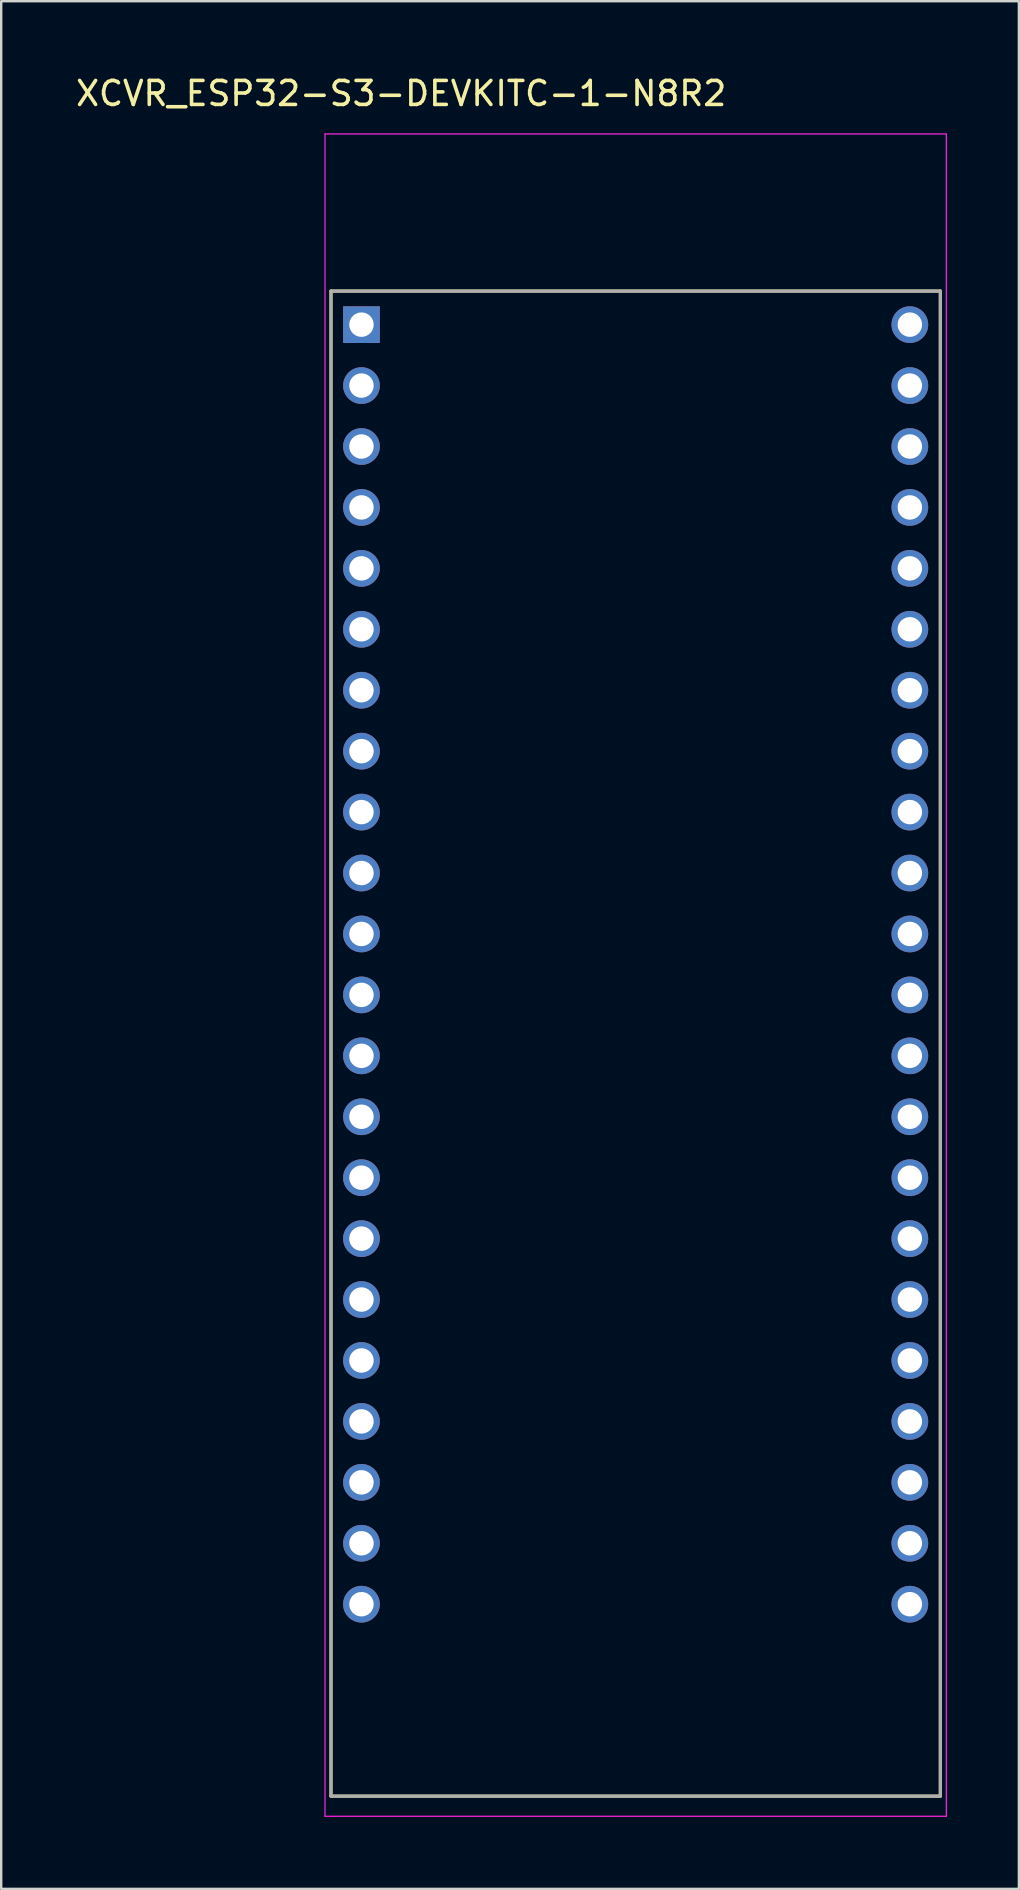
<source format=kicad_pcb>
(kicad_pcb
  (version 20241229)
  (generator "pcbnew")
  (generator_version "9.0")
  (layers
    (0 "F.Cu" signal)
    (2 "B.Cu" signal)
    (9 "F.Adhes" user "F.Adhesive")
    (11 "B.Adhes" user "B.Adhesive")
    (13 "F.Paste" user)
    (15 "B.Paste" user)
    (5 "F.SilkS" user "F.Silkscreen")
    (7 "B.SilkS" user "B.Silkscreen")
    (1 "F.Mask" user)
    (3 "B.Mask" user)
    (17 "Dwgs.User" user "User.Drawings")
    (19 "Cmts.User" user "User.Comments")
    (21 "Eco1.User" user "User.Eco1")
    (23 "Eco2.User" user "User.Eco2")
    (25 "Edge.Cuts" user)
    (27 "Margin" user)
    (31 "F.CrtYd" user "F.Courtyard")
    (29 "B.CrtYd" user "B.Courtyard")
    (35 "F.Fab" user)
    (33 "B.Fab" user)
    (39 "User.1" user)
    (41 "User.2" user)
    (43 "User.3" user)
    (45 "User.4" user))
  (footprint "XCVR_ESP32-S3-DEVKITC-1-N8R2"
    (layer "F.Cu")
    (at 23.448 40.453)
    (property "Reference" "XCVR_ESP32-S3-DEVKITC-1-N8R2" (at -9.775 -39.605 0) (layer "F.SilkS") (effects (font (size 1 1) (thickness 0.15))))
    (attr through_hole)
    (fp_line (start -12.7 -31.37) (end 12.7 -31.37) (stroke (width 0.127) (type solid)) (layer "F.SilkS"))
    (fp_line (start -12.7 31.37) (end -12.7 -31.37) (stroke (width 0.127) (type solid)) (layer "F.SilkS"))
    (fp_line (start 12.7 -31.37) (end 12.7 31.37) (stroke (width 0.127) (type solid)) (layer "F.SilkS"))
    (fp_line (start 12.7 31.37) (end -12.7 31.37) (stroke (width 0.127) (type solid)) (layer "F.SilkS"))
    (fp_line (start -12.95 -37.92) (end -12.95 32.21) (stroke (width 0.05) (type solid)) (layer "F.CrtYd"))
    (fp_line (start -12.95 32.21) (end 12.95 32.21) (stroke (width 0.05) (type solid)) (layer "F.CrtYd"))
    (fp_line (start 12.95 -37.92) (end -12.95 -37.92) (stroke (width 0.05) (type solid)) (layer "F.CrtYd"))
    (fp_line (start 12.95 32.21) (end 12.95 -37.92) (stroke (width 0.05) (type solid)) (layer "F.CrtYd"))
    (fp_line (start -12.7 -31.37) (end 12.7 -31.37) (stroke (width 0.127) (type solid)) (layer "F.Fab"))
    (fp_line (start -12.7 31.37) (end -12.7 -31.37) (stroke (width 0.127) (type solid)) (layer "F.Fab"))
    (fp_line (start 12.7 -31.37) (end 12.7 31.37) (stroke (width 0.127) (type solid)) (layer "F.Fab"))
    (fp_line (start 12.7 31.37) (end -12.7 31.37) (stroke (width 0.127) (type solid)) (layer "F.Fab"))
    (pad "J1_1" thru_hole rect (at -11.43 -29.97) (size 1.53 1.53) (drill 1.02) (layers "*.Cu" "*.Mask"))
    (pad "J1_2" thru_hole circle (at -11.43 -27.43) (size 1.53 1.53) (drill 1.02) (layers "*.Cu" "*.Mask"))
    (pad "J1_3" thru_hole circle (at -11.43 -24.89) (size 1.53 1.53) (drill 1.02) (layers "*.Cu" "*.Mask"))
    (pad "J1_4" thru_hole circle (at -11.43 -22.35) (size 1.53 1.53) (drill 1.02) (layers "*.Cu" "*.Mask"))
    (pad "J1_5" thru_hole circle (at -11.43 -19.81) (size 1.53 1.53) (drill 1.02) (layers "*.Cu" "*.Mask"))
    (pad "J1_6" thru_hole circle (at -11.43 -17.27) (size 1.53 1.53) (drill 1.02) (layers "*.Cu" "*.Mask"))
    (pad "J1_7" thru_hole circle (at -11.43 -14.73) (size 1.53 1.53) (drill 1.02) (layers "*.Cu" "*.Mask"))
    (pad "J1_8" thru_hole circle (at -11.43 -12.19) (size 1.53 1.53) (drill 1.02) (layers "*.Cu" "*.Mask"))
    (pad "J1_9" thru_hole circle (at -11.43 -9.65) (size 1.53 1.53) (drill 1.02) (layers "*.Cu" "*.Mask"))
    (pad "J1_10" thru_hole circle (at -11.43 -7.11) (size 1.53 1.53) (drill 1.02) (layers "*.Cu" "*.Mask"))
    (pad "J1_11" thru_hole circle (at -11.43 -4.57) (size 1.53 1.53) (drill 1.02) (layers "*.Cu" "*.Mask"))
    (pad "J1_12" thru_hole circle (at -11.43 -2.03) (size 1.53 1.53) (drill 1.02) (layers "*.Cu" "*.Mask"))
    (pad "J1_13" thru_hole circle (at -11.43 0.51) (size 1.53 1.53) (drill 1.02) (layers "*.Cu" "*.Mask"))
    (pad "J1_14" thru_hole circle (at -11.43 3.05) (size 1.53 1.53) (drill 1.02) (layers "*.Cu" "*.Mask"))
    (pad "J1_15" thru_hole circle (at -11.43 5.59) (size 1.53 1.53) (drill 1.02) (layers "*.Cu" "*.Mask"))
    (pad "J1_16" thru_hole circle (at -11.43 8.13) (size 1.53 1.53) (drill 1.02) (layers "*.Cu" "*.Mask"))
    (pad "J1_17" thru_hole circle (at -11.43 10.67) (size 1.53 1.53) (drill 1.02) (layers "*.Cu" "*.Mask"))
    (pad "J1_18" thru_hole circle (at -11.43 13.21) (size 1.53 1.53) (drill 1.02) (layers "*.Cu" "*.Mask"))
    (pad "J1_19" thru_hole circle (at -11.43 15.75) (size 1.53 1.53) (drill 1.02) (layers "*.Cu" "*.Mask"))
    (pad "J1_20" thru_hole circle (at -11.43 18.29) (size 1.53 1.53) (drill 1.02) (layers "*.Cu" "*.Mask"))
    (pad "J1_21" thru_hole circle (at -11.43 20.83) (size 1.53 1.53) (drill 1.02) (layers "*.Cu" "*.Mask"))
    (pad "J1_22" thru_hole circle (at -11.43 23.37) (size 1.53 1.53) (drill 1.02) (layers "*.Cu" "*.Mask"))
    (pad "J3_1" thru_hole circle (at 11.43 -29.97) (size 1.53 1.53) (drill 1.02) (layers "*.Cu" "*.Mask"))
    (pad "J3_2" thru_hole circle (at 11.43 -27.43) (size 1.53 1.53) (drill 1.02) (layers "*.Cu" "*.Mask"))
    (pad "J3_3" thru_hole circle (at 11.43 -24.89) (size 1.53 1.53) (drill 1.02) (layers "*.Cu" "*.Mask"))
    (pad "J3_4" thru_hole circle (at 11.43 -22.35) (size 1.53 1.53) (drill 1.02) (layers "*.Cu" "*.Mask"))
    (pad "J3_5" thru_hole circle (at 11.43 -19.81) (size 1.53 1.53) (drill 1.02) (layers "*.Cu" "*.Mask"))
    (pad "J3_6" thru_hole circle (at 11.43 -17.27) (size 1.53 1.53) (drill 1.02) (layers "*.Cu" "*.Mask"))
    (pad "J3_7" thru_hole circle (at 11.43 -14.73) (size 1.53 1.53) (drill 1.02) (layers "*.Cu" "*.Mask"))
    (pad "J3_8" thru_hole circle (at 11.43 -12.19) (size 1.53 1.53) (drill 1.02) (layers "*.Cu" "*.Mask"))
    (pad "J3_9" thru_hole circle (at 11.43 -9.65) (size 1.53 1.53) (drill 1.02) (layers "*.Cu" "*.Mask"))
    (pad "J3_10" thru_hole circle (at 11.43 -7.11) (size 1.53 1.53) (drill 1.02) (layers "*.Cu" "*.Mask"))
    (pad "J3_11" thru_hole circle (at 11.43 -4.57) (size 1.53 1.53) (drill 1.02) (layers "*.Cu" "*.Mask"))
    (pad "J3_12" thru_hole circle (at 11.43 -2.03) (size 1.53 1.53) (drill 1.02) (layers "*.Cu" "*.Mask"))
    (pad "J3_13" thru_hole circle (at 11.43 0.51) (size 1.53 1.53) (drill 1.02) (layers "*.Cu" "*.Mask"))
    (pad "J3_14" thru_hole circle (at 11.43 3.05) (size 1.53 1.53) (drill 1.02) (layers "*.Cu" "*.Mask"))
    (pad "J3_15" thru_hole circle (at 11.43 5.59) (size 1.53 1.53) (drill 1.02) (layers "*.Cu" "*.Mask"))
    (pad "J3_16" thru_hole circle (at 11.43 8.13) (size 1.53 1.53) (drill 1.02) (layers "*.Cu" "*.Mask"))
    (pad "J3_17" thru_hole circle (at 11.43 10.67) (size 1.53 1.53) (drill 1.02) (layers "*.Cu" "*.Mask"))
    (pad "J3_18" thru_hole circle (at 11.43 13.21) (size 1.53 1.53) (drill 1.02) (layers "*.Cu" "*.Mask"))
    (pad "J3_19" thru_hole circle (at 11.43 15.75) (size 1.53 1.53) (drill 1.02) (layers "*.Cu" "*.Mask"))
    (pad "J3_20" thru_hole circle (at 11.43 18.29) (size 1.53 1.53) (drill 1.02) (layers "*.Cu" "*.Mask"))
    (pad "J3_21" thru_hole circle (at 11.43 20.83) (size 1.53 1.53) (drill 1.02) (layers "*.Cu" "*.Mask"))
    (pad "J3_22" thru_hole circle (at 11.43 23.37) (size 1.53 1.53) (drill 1.02) (layers "*.Cu" "*.Mask")))
  (gr_rect
    (start -3 -3)
    (end 39.423 75.688)
    (stroke (width 0.1) (type default))
    (fill no)
    (layer "Edge.Cuts")))
</source>
